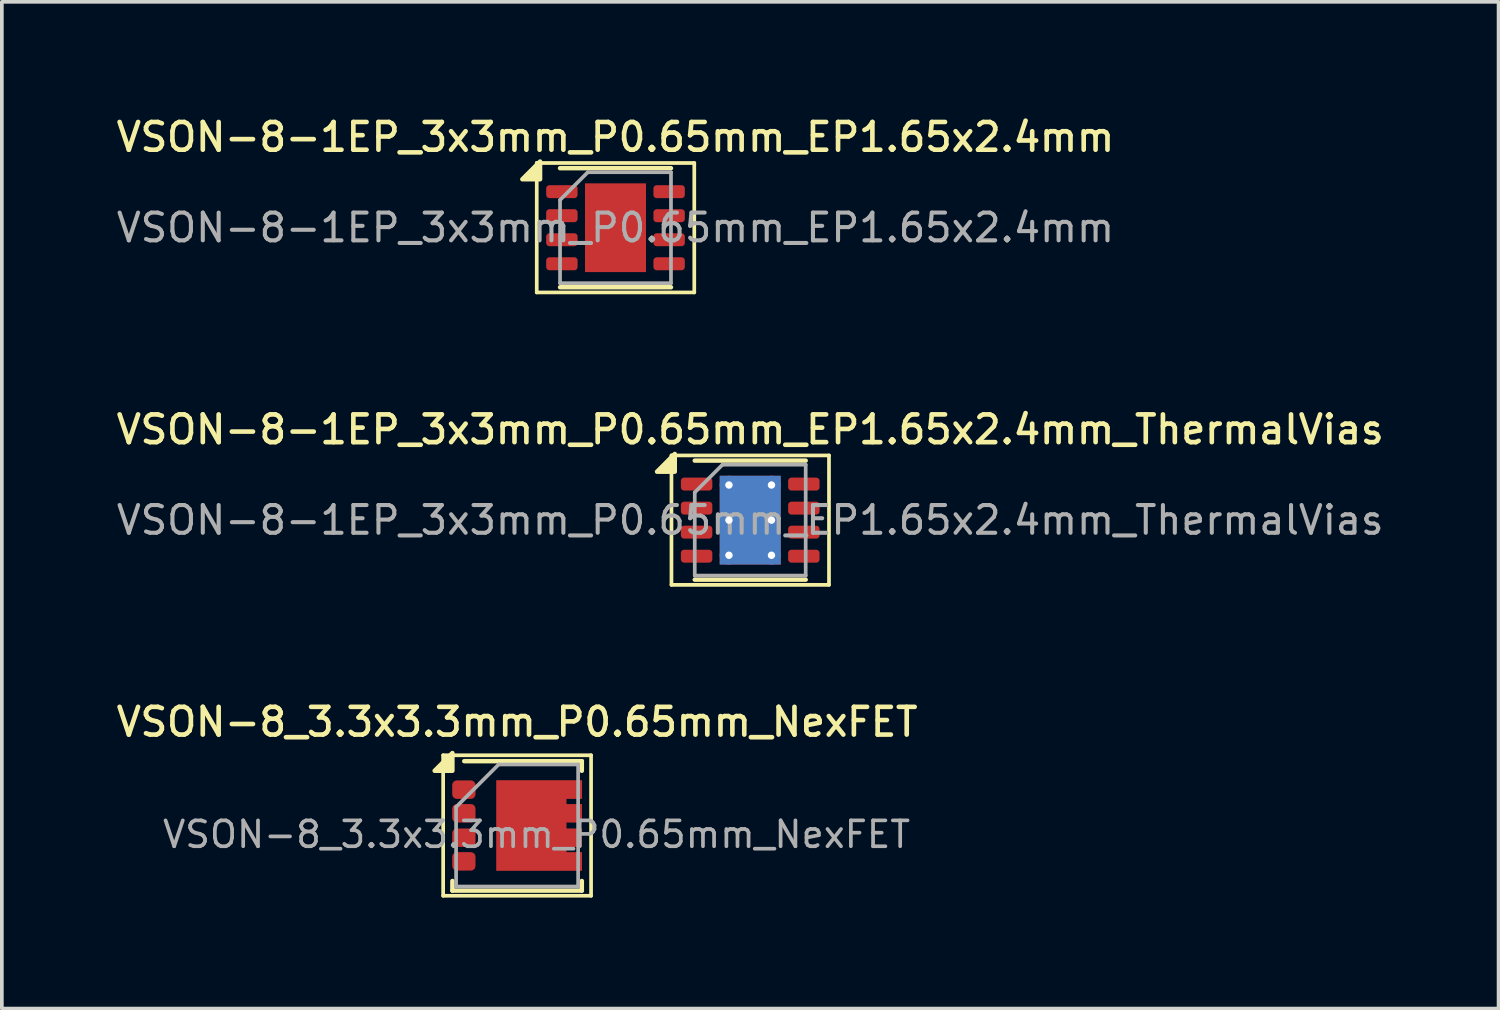
<source format=kicad_pcb>
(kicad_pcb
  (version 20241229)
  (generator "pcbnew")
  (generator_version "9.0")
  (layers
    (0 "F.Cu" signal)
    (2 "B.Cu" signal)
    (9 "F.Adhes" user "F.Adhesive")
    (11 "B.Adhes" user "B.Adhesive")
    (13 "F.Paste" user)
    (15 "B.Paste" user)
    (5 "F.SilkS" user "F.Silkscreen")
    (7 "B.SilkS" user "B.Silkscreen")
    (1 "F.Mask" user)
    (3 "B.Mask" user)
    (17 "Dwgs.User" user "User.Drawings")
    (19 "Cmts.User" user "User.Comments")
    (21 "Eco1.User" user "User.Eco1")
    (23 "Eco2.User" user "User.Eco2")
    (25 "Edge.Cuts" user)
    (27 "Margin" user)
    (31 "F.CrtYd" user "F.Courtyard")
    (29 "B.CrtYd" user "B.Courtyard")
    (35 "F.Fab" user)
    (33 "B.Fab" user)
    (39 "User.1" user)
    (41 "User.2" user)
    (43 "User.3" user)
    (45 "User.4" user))
  (footprint "VSON-8-1EP_3x3mm_P0.65mm_EP1.65x2.4mm_ThermalVias"
    (layer "F.Cu")
    (at 17.238 11.016)
    (property "Reference" "VSON-8-1EP_3x3mm_P0.65mm_EP1.65x2.4mm_ThermalVias" (at 0 -2.45 0) (layer "F.SilkS") (effects (font (size 0.75 0.75) (thickness 0.125))))
    (attr smd)
    (fp_line (start -2.13 -1.75) (end -2.13 1.75) (stroke (width 0.1) (type solid)) (layer "F.SilkS"))
    (fp_line (start -2.13 1.75) (end 2.13 1.75) (stroke (width 0.1) (type solid)) (layer "F.SilkS"))
    (fp_line (start -1.5 -1.61) (end 1.5 -1.61) (stroke (width 0.12) (type solid)) (layer "F.SilkS"))
    (fp_line (start -1.5 1.61) (end 1.5 1.61) (stroke (width 0.12) (type solid)) (layer "F.SilkS"))
    (fp_line (start 2.13 -1.75) (end -2.13 -1.75) (stroke (width 0.1) (type solid)) (layer "F.SilkS"))
    (fp_line (start 2.13 1.75) (end 2.13 -1.75) (stroke (width 0.1) (type solid)) (layer "F.SilkS"))
    (fp_poly (pts (xy -2.04 -1.31) (xy -2.52 -1.31) (xy -2.04 -1.79) (xy -2.04 -1.31)) (stroke (width 0.12) (type solid)) (fill yes) (layer "F.SilkS"))
    (fp_line (start -1.5 -0.75) (end -0.75 -1.5) (stroke (width 0.1) (type solid)) (layer "F.Fab"))
    (fp_line (start -1.5 1.5) (end -1.5 -0.75) (stroke (width 0.1) (type solid)) (layer "F.Fab"))
    (fp_line (start -0.75 -1.5) (end 1.5 -1.5) (stroke (width 0.1) (type solid)) (layer "F.Fab"))
    (fp_line (start 1.5 -1.5) (end 1.5 1.5) (stroke (width 0.1) (type solid)) (layer "F.Fab"))
    (fp_line (start 1.5 1.5) (end -1.5 1.5) (stroke (width 0.1) (type solid)) (layer "F.Fab"))
    (fp_text user "${REFERENCE}" (at 0 0 0) (layer "F.Fab") (effects (font (size 0.75 0.75) (thickness 0.11))))
    (pad "1" smd roundrect (at -1.45 -0.975) (size 0.85 0.35) (layers "F.Cu" "F.Mask" "F.Paste") (roundrect_rratio 0.25))
    (pad "2" smd roundrect (at -1.45 -0.325) (size 0.85 0.35) (layers "F.Cu" "F.Mask" "F.Paste") (roundrect_rratio 0.25))
    (pad "3" smd roundrect (at -1.45 0.325) (size 0.85 0.35) (layers "F.Cu" "F.Mask" "F.Paste") (roundrect_rratio 0.25))
    (pad "4" smd roundrect (at -1.45 0.975) (size 0.85 0.35) (layers "F.Cu" "F.Mask" "F.Paste") (roundrect_rratio 0.25))
    (pad "5" smd roundrect (at 1.45 0.975) (size 0.85 0.35) (layers "F.Cu" "F.Mask" "F.Paste") (roundrect_rratio 0.25))
    (pad "6" smd roundrect (at 1.45 0.325) (size 0.85 0.35) (layers "F.Cu" "F.Mask" "F.Paste") (roundrect_rratio 0.25))
    (pad "7" smd roundrect (at 1.45 -0.325) (size 0.85 0.35) (layers "F.Cu" "F.Mask" "F.Paste") (roundrect_rratio 0.25))
    (pad "8" smd roundrect (at 1.45 -0.975) (size 0.85 0.35) (layers "F.Cu" "F.Mask" "F.Paste") (roundrect_rratio 0.25))
    (pad "9" thru_hole circle (at -0.575 -0.95) (size 0.5 0.5) (drill 0.2) (property pad_prop_heatsink) (layers "*.Cu"))
    (pad "9" thru_hole circle (at -0.575 0) (size 0.5 0.5) (drill 0.2) (property pad_prop_heatsink) (layers "*.Cu"))
    (pad "9" thru_hole circle (at -0.575 0.95) (size 0.5 0.5) (drill 0.2) (property pad_prop_heatsink) (layers "*.Cu"))
    (pad "9" smd rect (at 0 0) (size 1.65 2.4) (property pad_prop_heatsink) (layers "F.Cu" "F.Mask"))
    (pad "9" smd rect (at 0 0) (size 1.65 2.4) (property pad_prop_heatsink) (layers "B.Cu"))
    (pad "9" thru_hole circle (at 0.575 -0.95) (size 0.5 0.5) (drill 0.2) (property pad_prop_heatsink) (layers "*.Cu"))
    (pad "9" thru_hole circle (at 0.575 0) (size 0.5 0.5) (drill 0.2) (property pad_prop_heatsink) (layers "*.Cu"))
    (pad "9" thru_hole circle (at 0.575 0.95) (size 0.5 0.5) (drill 0.2) (property pad_prop_heatsink) (layers "*.Cu")))
  (footprint "VSON-8-1EP_3x3mm_P0.65mm_EP1.65x2.4mm"
    (layer "F.Cu")
    (at 13.595 3.108)
    (property "Reference" "VSON-8-1EP_3x3mm_P0.65mm_EP1.65x2.4mm" (at 0 -2.45 0) (layer "F.SilkS") (effects (font (size 0.75 0.75) (thickness 0.125))))
    (attr smd)
    (fp_line (start -2.13 -1.75) (end -2.13 1.75) (stroke (width 0.1) (type solid)) (layer "F.SilkS"))
    (fp_line (start -2.13 1.75) (end 2.13 1.75) (stroke (width 0.1) (type solid)) (layer "F.SilkS"))
    (fp_line (start -1.5 -1.61) (end 1.5 -1.61) (stroke (width 0.12) (type solid)) (layer "F.SilkS"))
    (fp_line (start -1.5 1.61) (end 1.5 1.61) (stroke (width 0.12) (type solid)) (layer "F.SilkS"))
    (fp_line (start 2.13 -1.75) (end -2.13 -1.75) (stroke (width 0.1) (type solid)) (layer "F.SilkS"))
    (fp_line (start 2.13 1.75) (end 2.13 -1.75) (stroke (width 0.1) (type solid)) (layer "F.SilkS"))
    (fp_poly (pts (xy -2.04 -1.31) (xy -2.52 -1.31) (xy -2.04 -1.79) (xy -2.04 -1.31)) (stroke (width 0.12) (type solid)) (fill yes) (layer "F.SilkS"))
    (fp_line (start -1.5 -0.75) (end -0.75 -1.5) (stroke (width 0.1) (type solid)) (layer "F.Fab"))
    (fp_line (start -1.5 1.5) (end -1.5 -0.75) (stroke (width 0.1) (type solid)) (layer "F.Fab"))
    (fp_line (start -0.75 -1.5) (end 1.5 -1.5) (stroke (width 0.1) (type solid)) (layer "F.Fab"))
    (fp_line (start 1.5 -1.5) (end 1.5 1.5) (stroke (width 0.1) (type solid)) (layer "F.Fab"))
    (fp_line (start 1.5 1.5) (end -1.5 1.5) (stroke (width 0.1) (type solid)) (layer "F.Fab"))
    (fp_text user "${REFERENCE}" (at 0 0 0) (layer "F.Fab") (effects (font (size 0.75 0.75) (thickness 0.11))))
    (pad "" smd roundrect (at 0 0) (size 1.33 1.93) (layers "F.Paste") (roundrect_rratio 0.188))
    (pad "1" smd roundrect (at -1.45 -0.975) (size 0.85 0.35) (layers "F.Cu" "F.Mask" "F.Paste") (roundrect_rratio 0.25))
    (pad "2" smd roundrect (at -1.45 -0.325) (size 0.85 0.35) (layers "F.Cu" "F.Mask" "F.Paste") (roundrect_rratio 0.25))
    (pad "3" smd roundrect (at -1.45 0.325) (size 0.85 0.35) (layers "F.Cu" "F.Mask" "F.Paste") (roundrect_rratio 0.25))
    (pad "4" smd roundrect (at -1.45 0.975) (size 0.85 0.35) (layers "F.Cu" "F.Mask" "F.Paste") (roundrect_rratio 0.25))
    (pad "5" smd roundrect (at 1.45 0.975) (size 0.85 0.35) (layers "F.Cu" "F.Mask" "F.Paste") (roundrect_rratio 0.25))
    (pad "6" smd roundrect (at 1.45 0.325) (size 0.85 0.35) (layers "F.Cu" "F.Mask" "F.Paste") (roundrect_rratio 0.25))
    (pad "7" smd roundrect (at 1.45 -0.325) (size 0.85 0.35) (layers "F.Cu" "F.Mask" "F.Paste") (roundrect_rratio 0.25))
    (pad "8" smd roundrect (at 1.45 -0.975) (size 0.85 0.35) (layers "F.Cu" "F.Mask" "F.Paste") (roundrect_rratio 0.25))
    (pad "9" smd rect (at 0 0) (size 1.65 2.4) (property pad_prop_heatsink) (layers "F.Cu" "F.Mask")))
  (footprint "VSON-8_3.3x3.3mm_P0.65mm_NexFET"
    (layer "F.Cu")
    (at 10.934 19.274)
    (property "Reference" "VSON-8_3.3x3.3mm_P0.65mm_NexFET" (at 0 -2.8 0) (layer "F.SilkS") (effects (font (size 0.75 0.75) (thickness 0.125))))
    (attr smd)
    (fp_line (start -2 -1.9) (end -2 1.9) (stroke (width 0.1) (type solid)) (layer "F.SilkS"))
    (fp_line (start -2 -1.9) (end 2 -1.9) (stroke (width 0.1) (type solid)) (layer "F.SilkS"))
    (fp_line (start -2 1.9) (end 2 1.9) (stroke (width 0.1) (type solid)) (layer "F.SilkS"))
    (fp_line (start -1.75 1.5) (end -1.75 1.76) (stroke (width 0.12) (type solid)) (layer "F.SilkS"))
    (fp_line (start -1.75 1.76) (end 1.75 1.76) (stroke (width 0.12) (type solid)) (layer "F.SilkS"))
    (fp_line (start -1.43 -1.74) (end 1.75 -1.74) (stroke (width 0.12) (type solid)) (layer "F.SilkS"))
    (fp_line (start 1.75 -1.74) (end 1.75 -1.48) (stroke (width 0.12) (type solid)) (layer "F.SilkS"))
    (fp_line (start 1.75 1.5) (end 1.75 1.76) (stroke (width 0.12) (type solid)) (layer "F.SilkS"))
    (fp_line (start 2 -1.9) (end 2 1.9) (stroke (width 0.1) (type solid)) (layer "F.SilkS"))
    (fp_poly (pts (xy -1.75 -1.48) (xy -2.23 -1.48) (xy -1.75 -1.96) (xy -1.75 -1.48)) (stroke (width 0.12) (type solid)) (fill yes) (layer "F.SilkS"))
    (fp_line (start -1.65 -0.5) (end -0.5 -1.65) (stroke (width 0.1) (type solid)) (layer "F.Fab"))
    (fp_line (start -1.65 1.65) (end -1.65 -0.5) (stroke (width 0.1) (type solid)) (layer "F.Fab"))
    (fp_line (start -0.5 -1.65) (end 1.65 -1.65) (stroke (width 0.1) (type solid)) (layer "F.Fab"))
    (fp_line (start 1.65 -1.65) (end 1.65 1.65) (stroke (width 0.1) (type solid)) (layer "F.Fab"))
    (fp_line (start 1.65 1.65) (end -1.65 1.65) (stroke (width 0.1) (type solid)) (layer "F.Fab"))
    (fp_text user "${REFERENCE}" (at 0.526 0.242 0) (layer "F.Fab") (effects (font (size 0.7 0.7) (thickness 0.1))))
    (pad "" smd rect (at -0.09 -0.61) (size 0.57 0.738) (layers "F.Paste"))
    (pad "" smd rect (at -0.09 0.61) (size 0.57 0.738) (layers "F.Paste"))
    (pad "" smd rect (at 0.86 -0.61) (size 0.57 0.738) (layers "F.Paste"))
    (pad "" smd rect (at 0.86 0.61) (size 0.57 0.738) (layers "F.Paste"))
    (pad "" smd roundrect (at 1.44 -0.973) (size 0.63 0.5) (layers "F.Paste") (roundrect_rratio 0.25))
    (pad "" smd roundrect (at 1.44 -0.33) (size 0.63 0.5) (layers "F.Paste") (roundrect_rratio 0.25))
    (pad "" smd roundrect (at 1.44 0.33) (size 0.63 0.5) (layers "F.Paste") (roundrect_rratio 0.25))
    (pad "" smd roundrect (at 1.44 0.973) (size 0.63 0.5) (layers "F.Paste") (roundrect_rratio 0.25))
    (pad "1" smd roundrect (at -1.44 -0.97) (size 0.63 0.5) (layers "F.Cu" "F.Mask" "F.Paste") (roundrect_rratio 0.25))
    (pad "2" smd roundrect (at -1.44 -0.33) (size 0.63 0.5) (layers "F.Cu" "F.Mask" "F.Paste") (roundrect_rratio 0.25))
    (pad "3" smd roundrect (at -1.44 0.33) (size 0.63 0.5) (layers "F.Cu" "F.Mask" "F.Paste") (roundrect_rratio 0.25))
    (pad "4" smd roundrect (at -1.44 0.97) (size 0.63 0.5) (layers "F.Cu" "F.Mask" "F.Paste") (roundrect_rratio 0.25))
    (pad "5" smd custom (at 0.385 0) (size 1.9 2.45) (layers "F.Cu" "F.Mask") (options (anchor rect)) (primitives (gr_poly (pts (xy 1.371 -0.72) (xy 0.95 -0.72) (xy 0.95 -0.58) (xy 1.37 -0.58) (xy 1.37 -0.08) (xy 0.95 -0.08) (xy 0.95 0.08) (xy 1.37 0.08) (xy 1.37 0.58) (xy 0.95 0.58) (xy 0.95 0.72) (xy 1.37 0.72) (xy 1.37 1.225) (xy -0.95 1.225) (xy -0.95 -1.225) (xy 1.371 -1.225)) (width 0) (fill yes)))))
  (gr_rect
    (start -3 -3)
    (end 37.475 24.224)
    (stroke (width 0.1) (type default))
    (fill no)
    (layer "Edge.Cuts")))
</source>
